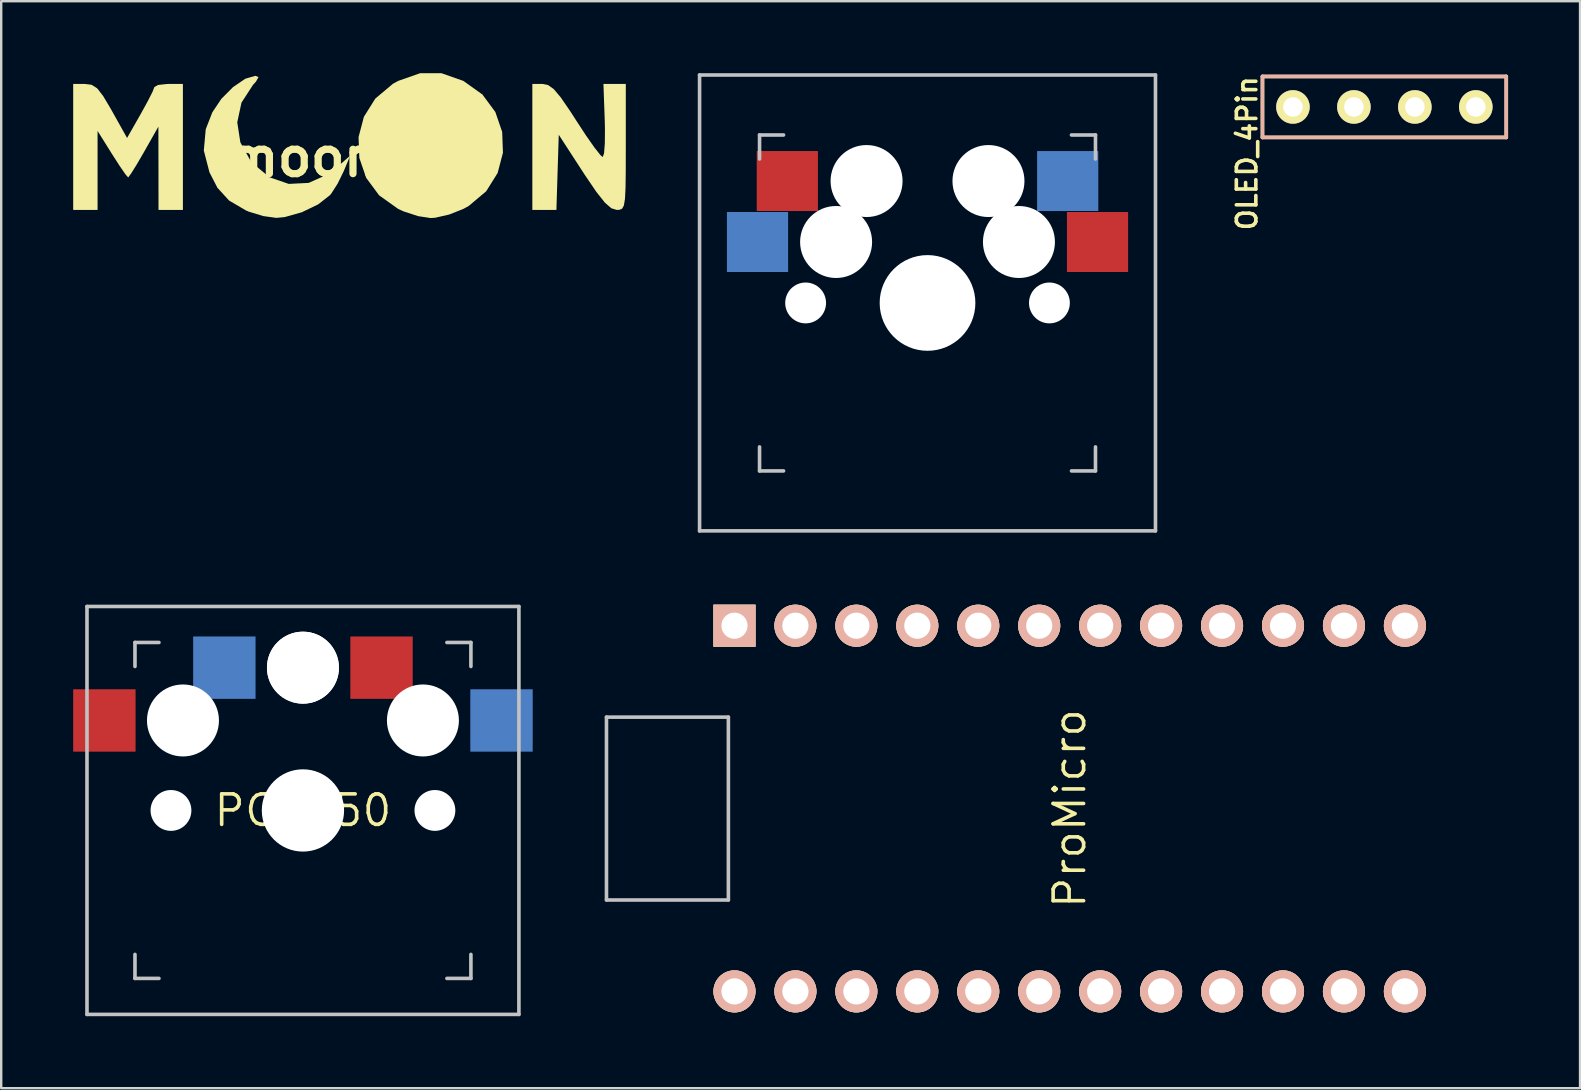
<source format=kicad_pcb>
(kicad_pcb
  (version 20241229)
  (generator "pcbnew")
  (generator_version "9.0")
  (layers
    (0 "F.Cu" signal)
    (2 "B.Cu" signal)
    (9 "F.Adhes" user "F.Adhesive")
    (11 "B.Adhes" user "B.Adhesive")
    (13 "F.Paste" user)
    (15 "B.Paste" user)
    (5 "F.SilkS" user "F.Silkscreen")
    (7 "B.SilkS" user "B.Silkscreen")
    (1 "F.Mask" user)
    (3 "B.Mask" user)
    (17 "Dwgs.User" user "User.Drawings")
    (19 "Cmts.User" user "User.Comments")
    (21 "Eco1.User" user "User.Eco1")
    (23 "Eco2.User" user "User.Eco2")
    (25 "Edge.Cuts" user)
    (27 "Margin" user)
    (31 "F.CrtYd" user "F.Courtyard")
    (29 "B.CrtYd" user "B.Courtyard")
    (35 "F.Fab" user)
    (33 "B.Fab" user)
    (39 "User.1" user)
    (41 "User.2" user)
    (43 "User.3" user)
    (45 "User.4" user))
  (footprint "PG1350"
    (layer "F.Cu")
    (at 9.575 30.725)
    (property "Reference" "PG1350" (at 0 0 180) (layer "F.SilkS") (effects (font (size 1.27 1.27) (thickness 0.15))))
    (attr through_hole)
    (fp_line (start -9 -8.5) (end 9 -8.5) (stroke (width 0.15) (type solid)) (layer "Dwgs.User"))
    (fp_line (start -9 8.5) (end -9 -8.5) (stroke (width 0.15) (type solid)) (layer "Dwgs.User"))
    (fp_line (start -7 -6) (end -7 -7) (stroke (width 0.15) (type solid)) (layer "Dwgs.User"))
    (fp_line (start -7 7) (end -7 6) (stroke (width 0.15) (type solid)) (layer "Dwgs.User"))
    (fp_line (start -7 7) (end -6 7) (stroke (width 0.15) (type solid)) (layer "Dwgs.User"))
    (fp_line (start -6 -7) (end -7 -7) (stroke (width 0.15) (type solid)) (layer "Dwgs.User"))
    (fp_line (start 6 7) (end 7 7) (stroke (width 0.15) (type solid)) (layer "Dwgs.User"))
    (fp_line (start 7 -7) (end 6 -7) (stroke (width 0.15) (type solid)) (layer "Dwgs.User"))
    (fp_line (start 7 -7) (end 7 -6) (stroke (width 0.15) (type solid)) (layer "Dwgs.User"))
    (fp_line (start 7 6) (end 7 7) (stroke (width 0.15) (type solid)) (layer "Dwgs.User"))
    (fp_line (start 9 -8.5) (end 9 8.5) (stroke (width 0.15) (type solid)) (layer "Dwgs.User"))
    (fp_line (start 9 8.5) (end -9 8.5) (stroke (width 0.15) (type solid)) (layer "Dwgs.User"))
    (pad "" np_thru_hole circle (at -5.5 0 180) (size 1.702 1.702) (drill 1.702) (layers "*.Cu" "*.Mask"))
    (pad "" np_thru_hole circle (at -5 -3.75 180) (size 3 3) (drill 3) (layers "*.Cu" "*.Mask"))
    (pad "" np_thru_hole circle (at 0 -5.95 180) (size 3 3) (drill 3) (layers "*.Cu" "*.Mask"))
    (pad "" np_thru_hole circle (at 0 -5.95 180) (size 3 3) (drill 3) (layers "*.Cu" "*.Mask"))
    (pad "" np_thru_hole circle (at 0 0 180) (size 3.429 3.429) (drill 3.429) (layers "*.Cu" "*.Mask"))
    (pad "" np_thru_hole circle (at 5 -3.75 180) (size 3 3) (drill 3) (layers "*.Cu" "*.Mask"))
    (pad "" np_thru_hole circle (at 5.5 0 180) (size 1.702 1.702) (drill 1.702) (layers "*.Cu" "*.Mask"))
    (pad "1" smd rect (at -3.275 -5.95) (size 2.6 2.6) (layers "B.Cu" "B.Mask" "B.Paste"))
    (pad "1" smd rect (at 3.275 -5.95) (size 2.6 2.6) (layers "F.Cu" "F.Mask" "F.Paste"))
    (pad "2" smd rect (at -8.275 -3.75) (size 2.6 2.6) (layers "F.Cu" "F.Mask" "F.Paste"))
    (pad "2" smd rect (at 8.275 -3.75) (size 2.6 2.6) (layers "B.Cu" "B.Mask" "B.Paste")))
  (footprint "moonMin"
    (layer "F.Cu")
    (at 11.515 3.497)
    (property "Reference" "moonMin" (at 0 0 0) (layer "F.SilkS") (effects (font (size 1.524 1.524) (thickness 0.3))))
    (attr board_only exclude_from_pos_files exclude_from_bom)
    (fp_poly (pts (xy 3.834 -3.496) (xy 4.746 -3.175) (xy 5.539 -2.609) (xy 6.078 -1.88) (xy 6.363 -1.05) (xy 6.395 -0.182) (xy 6.173 0.663) (xy 5.698 1.423) (xy 4.969 2.036) (xy 4.746 2.159) (xy 4.162 2.391) (xy 3.578 2.526) (xy 3.387 2.54) (xy 2.862 2.461) (xy 2.252 2.262) (xy 2.027 2.159) (xy 1.234 1.593) (xy 0.695 0.864) (xy 0.41 0.034) (xy 0.378 -0.834) (xy 0.6 -1.679) (xy 1.076 -2.439) (xy 1.805 -3.052) (xy 2.027 -3.175) (xy 2.947 -3.497)) (stroke (width 0) (type solid)) (fill yes) (layer "F.SilkS"))
    (fp_poly (pts (xy -10.746 -3.013) (xy -10.514 -2.865) (xy -10.264 -2.542) (xy -9.932 -1.983) (xy -9.899 -1.923) (xy -9.269 -0.798) (xy -8.701 -1.796) (xy -8.414 -2.317) (xy -8.208 -2.722) (xy -8.13 -2.921) (xy -7.98 -3.005) (xy -7.612 -3.047) (xy -7.535 -3.048) (xy -6.943 -3.048) (xy -6.943 2.201) (xy -7.959 2.201) (xy -7.961 0.466) (xy -7.964 -1.27) (xy -8.564 -0.212) (xy -8.865 0.305) (xy -9.099 0.682) (xy -9.221 0.845) (xy -9.225 0.847) (xy -9.339 0.715) (xy -9.578 0.368) (xy -9.89 -0.117) (xy -9.893 -0.122) (xy -10.499 -1.09) (xy -10.499 2.201) (xy -11.515 2.201) (xy -11.515 -3.048) (xy -11.021 -3.048)) (stroke (width 0) (type solid)) (fill yes) (layer "F.SilkS"))
    (fp_poly (pts (xy 11.515 -3.048) (xy 11.515 -0.423) (xy 11.513 0.57) (xy 11.504 1.275) (xy 11.481 1.74) (xy 11.435 2.016) (xy 11.361 2.151) (xy 11.25 2.196) (xy 11.134 2.201) (xy 10.91 2.131) (xy 10.641 1.895) (xy 10.289 1.451) (xy 9.817 0.757) (xy 9.737 0.634) (xy 8.721 -0.931) (xy 8.672 0.635) (xy 8.623 2.201) (xy 7.62 2.201) (xy 7.62 -3.048) (xy 8.051 -3.048) (xy 8.277 -3.002) (xy 8.514 -2.832) (xy 8.803 -2.489) (xy 9.191 -1.924) (xy 9.448 -1.526) (xy 9.856 -0.902) (xy 10.206 -0.402) (xy 10.456 -0.085) (xy 10.553 -0.002) (xy 10.609 -0.158) (xy 10.641 -0.576) (xy 10.646 -1.182) (xy 10.638 -1.524) (xy 10.583 -3.049)) (stroke (width 0) (type solid)) (fill yes) (layer "F.SilkS"))
    (fp_poly (pts (xy -3.791 -3.336) (xy -3.896 -3.148) (xy -4.023 -3.006) (xy -4.502 -2.269) (xy -4.677 -1.449) (xy -4.549 -0.616) (xy -4.118 0.162) (xy -4.038 0.257) (xy -3.327 0.844) (xy -2.531 1.117) (xy -1.702 1.075) (xy -0.892 0.714) (xy -0.574 0.469) (xy 0.03 -0.062) (xy -0.245 0.598) (xy -0.493 1.104) (xy -0.759 1.52) (xy -0.811 1.584) (xy -1.306 1.971) (xy -1.986 2.298) (xy -2.696 2.499) (xy -3.048 2.533) (xy -3.592 2.458) (xy -4.193 2.275) (xy -4.318 2.222) (xy -5.018 1.811) (xy -5.504 1.279) (xy -5.836 0.634) (xy -6.071 -0.274) (xy -5.991 -1.163) (xy -5.715 -1.868) (xy -5.34 -2.428) (xy -4.851 -2.92) (xy -4.341 -3.266) (xy -3.925 -3.387)) (stroke (width 0) (type solid)) (fill yes) (layer "F.SilkS")))
  (footprint "MX"
    (layer "F.Cu")
    (at 35.604 9.575)
    (property "Reference" "MX" (at 0 0 50) (layer "F.SilkS") (effects (font (size 1.27 1.27) (thickness 0.15))))
    (attr through_hole)
    (fp_line (start -9.5 -9.5) (end 9.5 -9.5) (stroke (width 0.15) (type solid)) (layer "Dwgs.User"))
    (fp_line (start -9.5 9.5) (end -9.5 -9.5) (stroke (width 0.15) (type solid)) (layer "Dwgs.User"))
    (fp_line (start -7 -6) (end -7 -7) (stroke (width 0.15) (type solid)) (layer "Dwgs.User"))
    (fp_line (start -7 7) (end -7 6) (stroke (width 0.15) (type solid)) (layer "Dwgs.User"))
    (fp_line (start -7 7) (end -6 7) (stroke (width 0.15) (type solid)) (layer "Dwgs.User"))
    (fp_line (start -6 -7) (end -7 -7) (stroke (width 0.15) (type solid)) (layer "Dwgs.User"))
    (fp_line (start 6 7) (end 7 7) (stroke (width 0.15) (type solid)) (layer "Dwgs.User"))
    (fp_line (start 7 -7) (end 6 -7) (stroke (width 0.15) (type solid)) (layer "Dwgs.User"))
    (fp_line (start 7 -7) (end 7 -6) (stroke (width 0.15) (type solid)) (layer "Dwgs.User"))
    (fp_line (start 7 6) (end 7 7) (stroke (width 0.15) (type solid)) (layer "Dwgs.User"))
    (fp_line (start 9.5 -9.5) (end 9.5 9.5) (stroke (width 0.15) (type solid)) (layer "Dwgs.User"))
    (fp_line (start 9.5 9.5) (end -9.5 9.5) (stroke (width 0.15) (type solid)) (layer "Dwgs.User"))
    (pad "" np_thru_hole circle (at -5.08 0 50) (size 1.702 1.702) (drill 1.702) (layers "*.Cu" "*.Mask"))
    (pad "" np_thru_hole circle (at -3.81 -2.54 50) (size 3 3) (drill 3) (layers "*.Cu" "*.Mask"))
    (pad "" np_thru_hole circle (at -2.54 -5.08 50) (size 3 3) (drill 3) (layers "*.Cu" "*.Mask"))
    (pad "" np_thru_hole circle (at 0 0 50) (size 3.988 3.988) (drill 3.988) (layers "*.Cu" "*.Mask"))
    (pad "" np_thru_hole circle (at 2.54 -5.08 50) (size 3 3) (drill 3) (layers "*.Cu" "*.Mask"))
    (pad "" np_thru_hole circle (at 3.81 -2.54 50) (size 3 3) (drill 3) (layers "*.Cu" "*.Mask"))
    (pad "" np_thru_hole circle (at 5.08 0 50) (size 1.702 1.702) (drill 1.702) (layers "*.Cu" "*.Mask"))
    (pad "1" smd rect (at -7.085 -2.54 180) (size 2.55 2.5) (layers "B.Cu" "B.Mask" "B.Paste"))
    (pad "1" smd rect (at 7.085 -2.54 180) (size 2.55 2.5) (layers "F.Cu" "F.Mask" "F.Paste"))
    (pad "2" smd rect (at -5.842 -5.08 180) (size 2.55 2.5) (layers "F.Cu" "F.Mask" "F.Paste"))
    (pad "2" smd rect (at 5.842 -5.08 180) (size 2.55 2.5) (layers "B.Cu" "B.Mask" "B.Paste")))
  (footprint "OLED_4Pin"
    (layer "F.Cu")
    (at 50.833 1.407)
    (property "Reference" "OLED_4Pin" (at -1.915 1.93 90) (layer "F.SilkS") (effects (font (size 0.813 0.813) (thickness 0.15))))
    (attr through_hole)
    (fp_line (start -1.27 -1.27) (end 8.89 -1.27) (stroke (width 0.15) (type solid)) (layer "F.SilkS"))
    (fp_line (start -1.27 1.27) (end -1.27 -1.27) (stroke (width 0.15) (type solid)) (layer "F.SilkS"))
    (fp_line (start -1.27 1.27) (end 8.89 1.27) (stroke (width 0.15) (type solid)) (layer "F.SilkS"))
    (fp_line (start 8.89 -1.27) (end 8.89 1.27) (stroke (width 0.15) (type solid)) (layer "F.SilkS"))
    (fp_line (start -1.27 -1.27) (end 8.89 -1.27) (stroke (width 0.15) (type solid)) (layer "B.SilkS"))
    (fp_line (start -1.27 1.27) (end -1.27 -1.27) (stroke (width 0.15) (type solid)) (layer "B.SilkS"))
    (fp_line (start 8.89 -1.27) (end 8.89 1.27) (stroke (width 0.15) (type solid)) (layer "B.SilkS"))
    (fp_line (start 8.89 1.27) (end -1.27 1.27) (stroke (width 0.15) (type solid)) (layer "B.SilkS"))
    (pad "1" thru_hole circle (at 0 0) (size 1.397 1.397) (drill 0.813) (layers "*.Cu" "*.Mask" "F.SilkS"))
    (pad "2" thru_hole circle (at 2.54 0) (size 1.397 1.397) (drill 0.813) (layers "*.Cu" "*.Mask" "F.SilkS"))
    (pad "3" thru_hole circle (at 5.08 0) (size 1.397 1.397) (drill 0.813) (layers "*.Cu" "*.Mask" "F.SilkS"))
    (pad "4" thru_hole circle (at 7.62 0) (size 1.397 1.397) (drill 0.813) (layers "*.Cu" "*.Mask" "F.SilkS")))
  (footprint "ProMicro"
    (layer "F.Cu")
    (at 41.529 30.646)
    (property "Reference" "ProMicro" (at 0 0 90) (layer "F.SilkS") (effects (font (size 1.27 1.27) (thickness 0.15))))
    (attr through_hole)
    (fp_line (start -19.304 -3.81) (end -14.224 -3.81) (stroke (width 0.15) (type solid)) (layer "Dwgs.User"))
    (fp_line (start -19.304 3.81) (end -19.304 -3.81) (stroke (width 0.15) (type solid)) (layer "Dwgs.User"))
    (fp_line (start -14.224 -3.81) (end -14.224 3.81) (stroke (width 0.15) (type solid)) (layer "Dwgs.User"))
    (fp_line (start -14.224 3.81) (end -19.304 3.81) (stroke (width 0.15) (type solid)) (layer "Dwgs.User"))
    (pad "1" thru_hole rect (at -13.97 -7.62) (size 1.753 1.753) (drill 1.092) (layers "*.Cu" "*.SilkS" "*.Mask"))
    (pad "2" thru_hole circle (at -11.43 -7.62 90) (size 1.753 1.753) (drill 1.092) (layers "*.Cu" "*.SilkS" "*.Mask"))
    (pad "3" thru_hole circle (at -8.89 -7.62 90) (size 1.753 1.753) (drill 1.092) (layers "*.Cu" "*.SilkS" "*.Mask"))
    (pad "4" thru_hole circle (at -6.35 -7.62 90) (size 1.753 1.753) (drill 1.092) (layers "*.Cu" "*.SilkS" "*.Mask"))
    (pad "5" thru_hole circle (at -3.81 -7.62 90) (size 1.753 1.753) (drill 1.092) (layers "*.Cu" "*.SilkS" "*.Mask"))
    (pad "6" thru_hole circle (at -1.27 -7.62 90) (size 1.753 1.753) (drill 1.092) (layers "*.Cu" "*.SilkS" "*.Mask"))
    (pad "7" thru_hole circle (at 1.27 -7.62 90) (size 1.753 1.753) (drill 1.092) (layers "*.Cu" "*.SilkS" "*.Mask"))
    (pad "8" thru_hole circle (at 3.81 -7.62 90) (size 1.753 1.753) (drill 1.092) (layers "*.Cu" "*.SilkS" "*.Mask"))
    (pad "9" thru_hole circle (at 6.35 -7.62 90) (size 1.753 1.753) (drill 1.092) (layers "*.Cu" "*.SilkS" "*.Mask"))
    (pad "10" thru_hole circle (at 8.89 -7.62 90) (size 1.753 1.753) (drill 1.092) (layers "*.Cu" "*.SilkS" "*.Mask"))
    (pad "11" thru_hole circle (at 11.43 -7.62 90) (size 1.753 1.753) (drill 1.092) (layers "*.Cu" "*.SilkS" "*.Mask"))
    (pad "12" thru_hole circle (at 13.97 -7.62 90) (size 1.753 1.753) (drill 1.092) (layers "*.Cu" "*.SilkS" "*.Mask"))
    (pad "13" thru_hole circle (at -13.97 7.62 90) (size 1.753 1.753) (drill 1.092) (layers "*.Cu" "*.SilkS" "*.Mask"))
    (pad "14" thru_hole circle (at -11.43 7.62 90) (size 1.753 1.753) (drill 1.092) (layers "*.Cu" "*.SilkS" "*.Mask"))
    (pad "15" thru_hole circle (at -8.89 7.62 90) (size 1.753 1.753) (drill 1.092) (layers "*.Cu" "*.SilkS" "*.Mask"))
    (pad "16" thru_hole circle (at -6.35 7.62 90) (size 1.753 1.753) (drill 1.092) (layers "*.Cu" "*.SilkS" "*.Mask"))
    (pad "17" thru_hole circle (at -3.81 7.62 90) (size 1.753 1.753) (drill 1.092) (layers "*.Cu" "*.SilkS" "*.Mask"))
    (pad "18" thru_hole circle (at -1.27 7.62 90) (size 1.753 1.753) (drill 1.092) (layers "*.Cu" "*.SilkS" "*.Mask"))
    (pad "19" thru_hole circle (at 1.27 7.62 90) (size 1.753 1.753) (drill 1.092) (layers "*.Cu" "*.SilkS" "*.Mask"))
    (pad "20" thru_hole circle (at 3.81 7.62 90) (size 1.753 1.753) (drill 1.092) (layers "*.Cu" "*.SilkS" "*.Mask"))
    (pad "21" thru_hole circle (at 6.35 7.62 90) (size 1.753 1.753) (drill 1.092) (layers "*.Cu" "*.SilkS" "*.Mask"))
    (pad "22" thru_hole circle (at 8.89 7.62 90) (size 1.753 1.753) (drill 1.092) (layers "*.Cu" "*.SilkS" "*.Mask"))
    (pad "23" thru_hole circle (at 11.43 7.62 90) (size 1.753 1.753) (drill 1.092) (layers "*.Cu" "*.SilkS" "*.Mask"))
    (pad "24" thru_hole circle (at 13.97 7.62 90) (size 1.753 1.753) (drill 1.092) (layers "*.Cu" "*.SilkS" "*.Mask")))
  (gr_rect
    (start -3 -3)
    (end 62.798 42.3)
    (stroke (width 0.1) (type default))
    (fill no)
    (layer "Edge.Cuts")))
</source>
